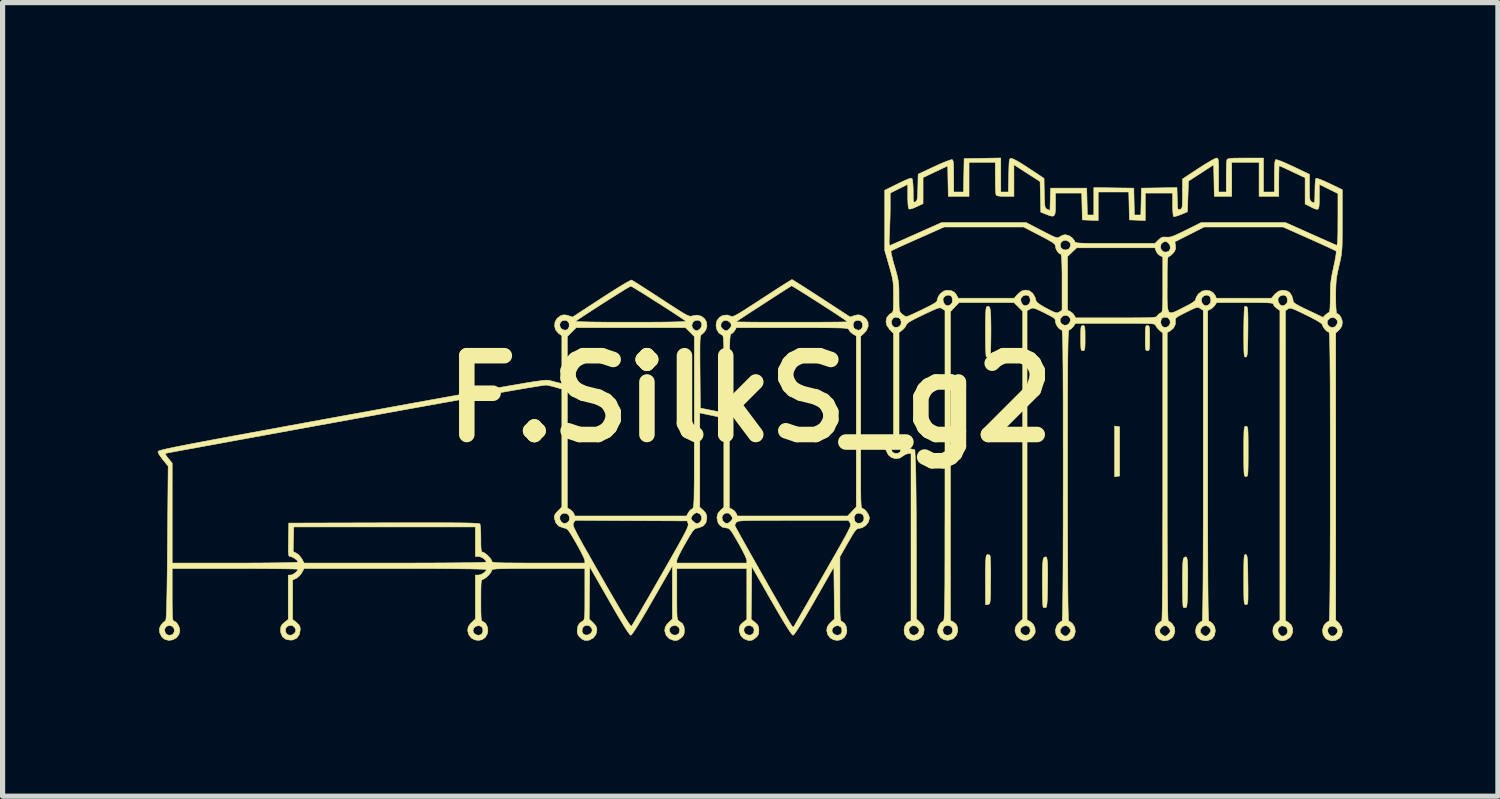
<source format=kicad_pcb>
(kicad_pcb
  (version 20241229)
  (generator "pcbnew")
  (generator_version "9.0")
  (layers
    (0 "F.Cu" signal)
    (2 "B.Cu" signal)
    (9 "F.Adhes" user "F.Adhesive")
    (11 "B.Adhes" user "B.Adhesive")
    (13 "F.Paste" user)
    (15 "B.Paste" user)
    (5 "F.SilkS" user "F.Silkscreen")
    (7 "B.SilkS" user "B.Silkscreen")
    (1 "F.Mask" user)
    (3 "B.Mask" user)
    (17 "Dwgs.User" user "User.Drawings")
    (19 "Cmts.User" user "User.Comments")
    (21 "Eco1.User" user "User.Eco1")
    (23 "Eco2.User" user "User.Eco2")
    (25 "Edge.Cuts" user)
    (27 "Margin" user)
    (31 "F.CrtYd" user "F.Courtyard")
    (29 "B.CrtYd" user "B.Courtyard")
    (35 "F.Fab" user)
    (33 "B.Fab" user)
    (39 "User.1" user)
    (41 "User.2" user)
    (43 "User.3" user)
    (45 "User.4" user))
  (footprint "F.SilkS_g2"
    (layer "F.Cu")
    (at 11.456 4.663)
    (property "Reference" "F.SilkS_g2" (at 0 0 0) (layer "F.SilkS") (effects (font (size 1.524 1.524) (thickness 0.3))))
    (attr through_hole)
    (fp_poly (pts (xy 7.096 0.533) (xy 7.144 0.54) (xy 7.144 1.492) (xy 7.048 1.506) (xy 7.048 0.526) (xy 7.096 0.533)) (stroke (width 0.01) (type solid)) (fill yes) (layer "F.SilkS"))
    (fp_poly (pts (xy 6.453 -1.416) (xy 6.465 -1.403) (xy 6.472 -1.373) (xy 6.476 -1.32) (xy 6.477 -1.234) (xy 6.477 -1.175) (xy 6.477 -1.07) (xy 6.474 -1.001) (xy 6.469 -0.959) (xy 6.46 -0.939) (xy 6.445 -0.932) (xy 6.435 -0.931) (xy 6.416 -0.934) (xy 6.404 -0.946) (xy 6.397 -0.976) (xy 6.394 -1.03) (xy 6.392 -1.115) (xy 6.392 -1.175) (xy 6.393 -1.279) (xy 6.395 -1.349) (xy 6.4 -1.39) (xy 6.409 -1.411) (xy 6.424 -1.418) (xy 6.435 -1.418) (xy 6.453 -1.416)) (stroke (width 0.01) (type solid)) (fill yes) (layer "F.SilkS"))
    (fp_poly (pts (xy 7.702 -1.416) (xy 7.714 -1.403) (xy 7.721 -1.373) (xy 7.725 -1.32) (xy 7.726 -1.234) (xy 7.726 -1.175) (xy 7.725 -1.07) (xy 7.723 -1.001) (xy 7.718 -0.959) (xy 7.709 -0.939) (xy 7.694 -0.932) (xy 7.684 -0.931) (xy 7.665 -0.934) (xy 7.653 -0.946) (xy 7.646 -0.976) (xy 7.642 -1.03) (xy 7.641 -1.115) (xy 7.641 -1.175) (xy 7.642 -1.279) (xy 7.644 -1.349) (xy 7.649 -1.39) (xy 7.658 -1.411) (xy 7.673 -1.418) (xy 7.684 -1.418) (xy 7.702 -1.416)) (stroke (width 0.01) (type solid)) (fill yes) (layer "F.SilkS"))
    (fp_poly (pts (xy 4.623 3.016) (xy 4.638 3.029) (xy 4.643 3.058) (xy 4.647 3.123) (xy 4.65 3.217) (xy 4.652 3.333) (xy 4.652 3.465) (xy 4.651 3.514) (xy 4.649 3.663) (xy 4.648 3.776) (xy 4.645 3.857) (xy 4.641 3.912) (xy 4.635 3.946) (xy 4.626 3.964) (xy 4.614 3.972) (xy 4.599 3.975) (xy 4.598 3.976) (xy 4.551 3.982) (xy 4.551 3.504) (xy 4.551 3.348) (xy 4.552 3.229) (xy 4.555 3.142) (xy 4.559 3.082) (xy 4.564 3.044) (xy 4.572 3.023) (xy 4.583 3.013) (xy 4.585 3.013) (xy 4.623 3.016)) (stroke (width 0.01) (type solid)) (fill yes) (layer "F.SilkS"))
    (fp_poly (pts (xy 5.736 3.075) (xy 5.745 3.118) (xy 5.751 3.188) (xy 5.754 3.289) (xy 5.754 3.426) (xy 5.752 3.557) (xy 5.75 3.713) (xy 5.748 3.831) (xy 5.744 3.917) (xy 5.739 3.976) (xy 5.733 4.013) (xy 5.724 4.032) (xy 5.714 4.038) (xy 5.676 4.035) (xy 5.666 4.029) (xy 5.662 4.005) (xy 5.658 3.944) (xy 5.655 3.854) (xy 5.653 3.74) (xy 5.652 3.61) (xy 5.652 3.555) (xy 5.652 3.393) (xy 5.654 3.269) (xy 5.658 3.179) (xy 5.664 3.119) (xy 5.671 3.085) (xy 5.679 3.073) (xy 5.703 3.057) (xy 5.722 3.056) (xy 5.736 3.075)) (stroke (width 0.01) (type solid)) (fill yes) (layer "F.SilkS"))
    (fp_poly (pts (xy 8.445 3.075) (xy 8.454 3.118) (xy 8.46 3.188) (xy 8.463 3.289) (xy 8.463 3.426) (xy 8.462 3.557) (xy 8.46 3.713) (xy 8.457 3.831) (xy 8.453 3.917) (xy 8.449 3.976) (xy 8.442 4.013) (xy 8.434 4.032) (xy 8.423 4.038) (xy 8.386 4.035) (xy 8.376 4.029) (xy 8.371 4.005) (xy 8.367 3.944) (xy 8.364 3.854) (xy 8.362 3.74) (xy 8.361 3.61) (xy 8.361 3.555) (xy 8.361 3.393) (xy 8.364 3.269) (xy 8.367 3.179) (xy 8.373 3.119) (xy 8.381 3.085) (xy 8.388 3.073) (xy 8.412 3.057) (xy 8.431 3.056) (xy 8.445 3.075)) (stroke (width 0.01) (type solid)) (fill yes) (layer "F.SilkS"))
    (fp_poly (pts (xy 4.623 -1.781) (xy 4.637 -1.754) (xy 4.646 -1.704) (xy 4.652 -1.626) (xy 4.655 -1.517) (xy 4.657 -1.372) (xy 4.657 -1.31) (xy 4.656 -1.176) (xy 4.654 -1.056) (xy 4.652 -0.955) (xy 4.649 -0.881) (xy 4.645 -0.842) (xy 4.644 -0.838) (xy 4.615 -0.808) (xy 4.576 -0.81) (xy 4.565 -0.818) (xy 4.561 -0.843) (xy 4.557 -0.903) (xy 4.554 -0.994) (xy 4.552 -1.107) (xy 4.551 -1.239) (xy 4.551 -1.303) (xy 4.551 -1.461) (xy 4.553 -1.582) (xy 4.556 -1.669) (xy 4.56 -1.729) (xy 4.567 -1.765) (xy 4.576 -1.782) (xy 4.58 -1.785) (xy 4.604 -1.79) (xy 4.623 -1.781)) (stroke (width 0.01) (type solid)) (fill yes) (layer "F.SilkS"))
    (fp_poly (pts (xy 9.606 -1.78) (xy 9.615 -1.764) (xy 9.621 -1.723) (xy 9.625 -1.654) (xy 9.627 -1.554) (xy 9.627 -1.419) (xy 9.626 -1.29) (xy 9.624 -1.136) (xy 9.621 -1.019) (xy 9.618 -0.934) (xy 9.614 -0.875) (xy 9.608 -0.839) (xy 9.6 -0.819) (xy 9.589 -0.81) (xy 9.583 -0.808) (xy 9.571 -0.809) (xy 9.562 -0.818) (xy 9.556 -0.841) (xy 9.551 -0.884) (xy 9.548 -0.95) (xy 9.547 -1.046) (xy 9.546 -1.175) (xy 9.546 -1.288) (xy 9.547 -1.428) (xy 9.549 -1.552) (xy 9.552 -1.656) (xy 9.556 -1.733) (xy 9.56 -1.778) (xy 9.563 -1.786) (xy 9.594 -1.786) (xy 9.606 -1.78)) (stroke (width 0.01) (type solid)) (fill yes) (layer "F.SilkS"))
    (fp_poly (pts (xy 9.583 3.01) (xy 9.595 3.015) (xy 9.604 3.03) (xy 9.611 3.058) (xy 9.616 3.106) (xy 9.62 3.178) (xy 9.623 3.28) (xy 9.625 3.417) (xy 9.626 3.498) (xy 9.628 3.653) (xy 9.628 3.77) (xy 9.628 3.855) (xy 9.625 3.913) (xy 9.621 3.95) (xy 9.614 3.97) (xy 9.603 3.978) (xy 9.59 3.979) (xy 9.589 3.979) (xy 9.575 3.978) (xy 9.565 3.97) (xy 9.557 3.951) (xy 9.552 3.916) (xy 9.549 3.859) (xy 9.547 3.776) (xy 9.546 3.661) (xy 9.546 3.509) (xy 9.546 3.491) (xy 9.546 3.335) (xy 9.547 3.216) (xy 9.549 3.13) (xy 9.552 3.071) (xy 9.557 3.034) (xy 9.565 3.015) (xy 9.574 3.009) (xy 9.583 3.01)) (stroke (width 0.01) (type solid)) (fill yes) (layer "F.SilkS"))
    (fp_poly (pts (xy 9.602 0.531) (xy 9.612 0.539) (xy 9.62 0.558) (xy 9.625 0.594) (xy 9.628 0.651) (xy 9.63 0.736) (xy 9.631 0.852) (xy 9.631 1.005) (xy 9.631 1.016) (xy 9.631 1.172) (xy 9.63 1.29) (xy 9.628 1.376) (xy 9.625 1.435) (xy 9.62 1.472) (xy 9.613 1.493) (xy 9.603 1.501) (xy 9.589 1.503) (xy 9.588 1.503) (xy 9.575 1.501) (xy 9.565 1.493) (xy 9.557 1.474) (xy 9.552 1.438) (xy 9.549 1.381) (xy 9.547 1.296) (xy 9.546 1.18) (xy 9.546 1.027) (xy 9.546 1.016) (xy 9.546 0.86) (xy 9.547 0.742) (xy 9.549 0.656) (xy 9.552 0.597) (xy 9.557 0.56) (xy 9.564 0.539) (xy 9.574 0.531) (xy 9.588 0.529) (xy 9.588 0.529) (xy 9.602 0.531)) (stroke (width 0.01) (type solid)) (fill yes) (layer "F.SilkS"))
    (fp_poly (pts (xy 4.847 -4) (xy 4.994 -4) (xy 5 -4.323) (xy 5.003 -4.447) (xy 5.006 -4.534) (xy 5.01 -4.592) (xy 5.017 -4.626) (xy 5.027 -4.644) (xy 5.042 -4.651) (xy 5.048 -4.652) (xy 5.081 -4.642) (xy 5.143 -4.611) (xy 5.228 -4.562) (xy 5.331 -4.497) (xy 5.387 -4.46) (xy 5.683 -4.264) (xy 5.689 -3.976) (xy 5.692 -3.861) (xy 5.695 -3.781) (xy 5.7 -3.729) (xy 5.709 -3.698) (xy 5.722 -3.68) (xy 5.741 -3.668) (xy 5.747 -3.666) (xy 5.798 -3.642) (xy 5.804 -3.858) (xy 5.81 -4.075) (xy 6.509 -4.075) (xy 6.515 -3.815) (xy 6.521 -3.556) (xy 6.646 -3.556) (xy 6.646 -4.086) (xy 7.033 -4.08) (xy 7.419 -4.075) (xy 7.425 -3.815) (xy 7.431 -3.556) (xy 7.555 -3.556) (xy 7.561 -3.815) (xy 7.567 -4.075) (xy 7.91 -4.08) (xy 8.254 -4.086) (xy 8.26 -3.866) (xy 8.263 -3.768) (xy 8.266 -3.705) (xy 8.273 -3.671) (xy 8.284 -3.658) (xy 8.301 -3.66) (xy 8.313 -3.664) (xy 8.332 -3.673) (xy 8.346 -3.688) (xy 8.354 -3.715) (xy 8.358 -3.763) (xy 8.36 -3.838) (xy 8.361 -3.947) (xy 8.361 -3.967) (xy 8.361 -4.252) (xy 8.669 -4.455) (xy 8.772 -4.521) (xy 8.865 -4.578) (xy 8.942 -4.622) (xy 8.996 -4.649) (xy 9.018 -4.657) (xy 9.034 -4.654) (xy 9.045 -4.644) (xy 9.052 -4.618) (xy 9.056 -4.571) (xy 9.059 -4.497) (xy 9.059 -4.39) (xy 9.059 -4.329) (xy 9.059 -4) (xy 9.207 -4) (xy 9.207 -4.295) (xy 9.208 -4.405) (xy 9.211 -4.501) (xy 9.214 -4.575) (xy 9.219 -4.618) (xy 9.22 -4.623) (xy 9.23 -4.636) (xy 9.254 -4.645) (xy 9.296 -4.651) (xy 9.363 -4.655) (xy 9.461 -4.656) (xy 9.58 -4.657) (xy 9.927 -4.657) (xy 9.927 -4) (xy 10.139 -4) (xy 10.139 -4.308) (xy 10.14 -4.435) (xy 10.143 -4.525) (xy 10.148 -4.584) (xy 10.157 -4.616) (xy 10.167 -4.627) (xy 10.195 -4.621) (xy 10.254 -4.601) (xy 10.336 -4.567) (xy 10.436 -4.522) (xy 10.506 -4.49) (xy 10.816 -4.342) (xy 10.816 -4.087) (xy 10.817 -3.979) (xy 10.819 -3.905) (xy 10.825 -3.858) (xy 10.835 -3.831) (xy 10.85 -3.815) (xy 10.857 -3.811) (xy 10.895 -3.793) (xy 10.91 -3.789) (xy 10.915 -3.809) (xy 10.919 -3.862) (xy 10.921 -3.941) (xy 10.922 -4.02) (xy 10.924 -4.123) (xy 10.929 -4.203) (xy 10.937 -4.253) (xy 10.944 -4.265) (xy 10.97 -4.262) (xy 11.026 -4.242) (xy 11.104 -4.21) (xy 11.196 -4.168) (xy 11.208 -4.162) (xy 11.451 -4.045) (xy 11.451 -3.442) (xy 11.451 -3.266) (xy 11.45 -3.126) (xy 11.449 -3.014) (xy 11.446 -2.925) (xy 11.44 -2.852) (xy 11.433 -2.787) (xy 11.422 -2.726) (xy 11.408 -2.659) (xy 11.39 -2.582) (xy 11.388 -2.572) (xy 11.362 -2.459) (xy 11.344 -2.365) (xy 11.333 -2.277) (xy 11.327 -2.181) (xy 11.324 -2.065) (xy 11.324 -1.978) (xy 11.325 -1.853) (xy 11.329 -1.755) (xy 11.335 -1.686) (xy 11.342 -1.653) (xy 11.345 -1.651) (xy 11.385 -1.632) (xy 11.421 -1.584) (xy 11.446 -1.521) (xy 11.451 -1.476) (xy 11.442 -1.407) (xy 11.407 -1.353) (xy 11.388 -1.333) (xy 11.324 -1.274) (xy 11.324 4.28) (xy 11.388 4.339) (xy 11.438 4.412) (xy 11.454 4.494) (xy 11.435 4.575) (xy 11.399 4.626) (xy 11.329 4.669) (xy 11.246 4.68) (xy 11.166 4.658) (xy 11.122 4.626) (xy 11.079 4.555) (xy 11.072 4.498) (xy 11.168 4.498) (xy 11.187 4.543) (xy 11.232 4.586) (xy 11.284 4.586) (xy 11.328 4.558) (xy 11.362 4.506) (xy 11.356 4.454) (xy 11.315 4.412) (xy 11.257 4.393) (xy 11.207 4.406) (xy 11.174 4.445) (xy 11.168 4.498) (xy 11.072 4.498) (xy 11.068 4.473) (xy 11.09 4.393) (xy 11.122 4.349) (xy 11.163 4.314) (xy 11.194 4.297) (xy 11.196 4.297) (xy 11.2 4.28) (xy 11.203 4.227) (xy 11.206 4.139) (xy 11.209 4.015) (xy 11.211 3.854) (xy 11.213 3.655) (xy 11.214 3.418) (xy 11.216 3.142) (xy 11.217 2.826) (xy 11.218 2.471) (xy 11.218 2.074) (xy 11.218 1.636) (xy 11.218 1.503) (xy 11.218 1.093) (xy 11.218 0.723) (xy 11.218 0.392) (xy 11.217 0.097) (xy 11.217 -0.163) (xy 11.216 -0.39) (xy 11.214 -0.587) (xy 11.213 -0.755) (xy 11.211 -0.896) (xy 11.209 -1.012) (xy 11.207 -1.105) (xy 11.205 -1.176) (xy 11.202 -1.229) (xy 11.198 -1.264) (xy 11.195 -1.284) (xy 11.191 -1.291) (xy 11.19 -1.291) (xy 11.153 -1.308) (xy 11.111 -1.349) (xy 11.077 -1.399) (xy 11.067 -1.429) (xy 11.052 -1.452) (xy 11.049 -1.455) (xy 11.16 -1.455) (xy 11.188 -1.409) (xy 11.243 -1.379) (xy 11.299 -1.389) (xy 11.333 -1.417) (xy 11.359 -1.469) (xy 11.352 -1.518) (xy 11.319 -1.557) (xy 11.271 -1.575) (xy 11.215 -1.562) (xy 11.206 -1.557) (xy 11.163 -1.509) (xy 11.16 -1.455) (xy 11.049 -1.455) (xy 11.011 -1.483) (xy 10.941 -1.525) (xy 10.838 -1.579) (xy 10.753 -1.621) (xy 10.638 -1.677) (xy 10.554 -1.716) (xy 10.496 -1.74) (xy 10.457 -1.752) (xy 10.431 -1.753) (xy 10.41 -1.745) (xy 10.399 -1.738) (xy 10.352 -1.704) (xy 10.351 4.29) (xy 10.401 4.317) (xy 10.463 4.371) (xy 10.493 4.443) (xy 10.49 4.523) (xy 10.453 4.598) (xy 10.437 4.616) (xy 10.363 4.665) (xy 10.285 4.679) (xy 10.212 4.661) (xy 10.152 4.615) (xy 10.115 4.544) (xy 10.108 4.487) (xy 10.112 4.452) (xy 10.207 4.452) (xy 10.209 4.506) (xy 10.237 4.554) (xy 10.276 4.587) (xy 10.315 4.588) (xy 10.352 4.571) (xy 10.386 4.532) (xy 10.394 4.479) (xy 10.375 4.428) (xy 10.343 4.4) (xy 10.281 4.389) (xy 10.234 4.41) (xy 10.207 4.452) (xy 10.112 4.452) (xy 10.115 4.421) (xy 10.141 4.372) (xy 10.176 4.337) (xy 10.245 4.276) (xy 10.245 -1.707) (xy 10.181 -1.753) (xy 10.139 -1.792) (xy 10.118 -1.827) (xy 10.118 -1.832) (xy 10.113 -1.841) (xy 10.094 -1.849) (xy 10.058 -1.854) (xy 10 -1.858) (xy 9.914 -1.861) (xy 9.798 -1.862) (xy 9.645 -1.863) (xy 9.57 -1.863) (xy 9.022 -1.863) (xy 8.987 -1.809) (xy 8.943 -1.761) (xy 8.899 -1.731) (xy 8.848 -1.708) (xy 8.848 1.295) (xy 8.848 1.762) (xy 8.848 2.187) (xy 8.849 2.571) (xy 8.85 2.915) (xy 8.851 3.219) (xy 8.852 3.484) (xy 8.854 3.711) (xy 8.856 3.899) (xy 8.858 4.051) (xy 8.861 4.165) (xy 8.864 4.244) (xy 8.867 4.287) (xy 8.87 4.297) (xy 8.899 4.311) (xy 8.939 4.344) (xy 8.944 4.349) (xy 8.983 4.406) (xy 8.996 4.481) (xy 8.996 4.487) (xy 8.979 4.577) (xy 8.93 4.641) (xy 8.853 4.674) (xy 8.805 4.678) (xy 8.715 4.661) (xy 8.652 4.612) (xy 8.619 4.535) (xy 8.615 4.487) (xy 8.617 4.469) (xy 8.704 4.469) (xy 8.71 4.522) (xy 8.747 4.56) (xy 8.793 4.588) (xy 8.827 4.586) (xy 8.866 4.554) (xy 8.869 4.551) (xy 8.905 4.502) (xy 8.904 4.459) (xy 8.876 4.42) (xy 8.825 4.385) (xy 8.771 4.393) (xy 8.738 4.417) (xy 8.704 4.469) (xy 8.617 4.469) (xy 8.626 4.411) (xy 8.663 4.353) (xy 8.667 4.349) (xy 8.708 4.314) (xy 8.739 4.297) (xy 8.741 4.297) (xy 8.744 4.28) (xy 8.747 4.227) (xy 8.75 4.14) (xy 8.753 4.016) (xy 8.755 3.855) (xy 8.757 3.657) (xy 8.759 3.421) (xy 8.76 3.147) (xy 8.761 2.832) (xy 8.762 2.478) (xy 8.763 2.084) (xy 8.763 1.648) (xy 8.763 1.294) (xy 8.763 -1.71) (xy 8.706 -1.747) (xy 8.681 -1.762) (xy 8.657 -1.769) (xy 8.626 -1.764) (xy 8.58 -1.747) (xy 8.511 -1.715) (xy 8.431 -1.675) (xy 8.336 -1.627) (xy 8.274 -1.593) (xy 8.239 -1.567) (xy 8.224 -1.546) (xy 8.223 -1.524) (xy 8.224 -1.518) (xy 8.223 -1.442) (xy 8.188 -1.37) (xy 8.128 -1.317) (xy 8.065 -1.281) (xy 8.065 1.508) (xy 8.065 1.958) (xy 8.065 2.366) (xy 8.066 2.733) (xy 8.067 3.059) (xy 8.068 3.346) (xy 8.07 3.594) (xy 8.071 3.803) (xy 8.074 3.974) (xy 8.076 4.109) (xy 8.079 4.207) (xy 8.082 4.269) (xy 8.086 4.296) (xy 8.087 4.297) (xy 8.115 4.311) (xy 8.156 4.344) (xy 8.161 4.349) (xy 8.205 4.42) (xy 8.214 4.502) (xy 8.188 4.582) (xy 8.157 4.622) (xy 8.084 4.668) (xy 8.002 4.679) (xy 7.923 4.656) (xy 7.884 4.626) (xy 7.841 4.555) (xy 7.83 4.473) (xy 7.831 4.469) (xy 7.92 4.469) (xy 7.927 4.522) (xy 7.963 4.56) (xy 8.01 4.588) (xy 8.044 4.586) (xy 8.083 4.554) (xy 8.086 4.551) (xy 8.12 4.511) (xy 8.123 4.477) (xy 8.097 4.432) (xy 8.095 4.429) (xy 8.049 4.388) (xy 7.996 4.389) (xy 7.955 4.417) (xy 7.92 4.469) (xy 7.831 4.469) (xy 7.852 4.393) (xy 7.884 4.349) (xy 7.925 4.314) (xy 7.956 4.297) (xy 7.958 4.297) (xy 7.961 4.28) (xy 7.965 4.227) (xy 7.967 4.139) (xy 7.97 4.015) (xy 7.972 3.854) (xy 7.974 3.655) (xy 7.976 3.418) (xy 7.977 3.142) (xy 7.978 2.826) (xy 7.979 2.47) (xy 7.98 2.074) (xy 7.98 1.636) (xy 7.98 1.512) (xy 7.98 -1.273) (xy 7.917 -1.325) (xy 7.873 -1.371) (xy 7.844 -1.414) (xy 7.842 -1.419) (xy 7.837 -1.43) (xy 7.827 -1.439) (xy 7.809 -1.446) (xy 7.777 -1.451) (xy 7.728 -1.455) (xy 7.658 -1.457) (xy 7.562 -1.459) (xy 7.437 -1.46) (xy 7.278 -1.46) (xy 7.081 -1.46) (xy 6.294 -1.46) (xy 6.248 -1.397) (xy 6.209 -1.355) (xy 6.174 -1.334) (xy 6.169 -1.333) (xy 6.165 -1.33) (xy 6.161 -1.317) (xy 6.157 -1.293) (xy 6.154 -1.255) (xy 6.151 -1.203) (xy 6.149 -1.133) (xy 6.147 -1.044) (xy 6.145 -0.933) (xy 6.143 -0.799) (xy 6.142 -0.64) (xy 6.141 -0.454) (xy 6.14 -0.237) (xy 6.139 0.01) (xy 6.139 0.292) (xy 6.139 0.609) (xy 6.138 0.963) (xy 6.138 1.358) (xy 6.138 1.482) (xy 6.138 1.934) (xy 6.139 2.344) (xy 6.14 2.713) (xy 6.141 3.041) (xy 6.142 3.33) (xy 6.143 3.58) (xy 6.145 3.792) (xy 6.147 3.965) (xy 6.15 4.102) (xy 6.153 4.202) (xy 6.156 4.266) (xy 6.159 4.295) (xy 6.16 4.297) (xy 6.189 4.311) (xy 6.23 4.344) (xy 6.235 4.349) (xy 6.278 4.419) (xy 6.288 4.502) (xy 6.266 4.582) (xy 6.235 4.626) (xy 6.164 4.669) (xy 6.081 4.68) (xy 6.001 4.658) (xy 5.957 4.626) (xy 5.914 4.555) (xy 5.904 4.473) (xy 5.905 4.469) (xy 5.994 4.469) (xy 6.001 4.522) (xy 6.037 4.56) (xy 6.084 4.588) (xy 6.117 4.586) (xy 6.157 4.554) (xy 6.16 4.551) (xy 6.196 4.502) (xy 6.194 4.459) (xy 6.167 4.42) (xy 6.116 4.385) (xy 6.062 4.393) (xy 6.029 4.417) (xy 5.994 4.469) (xy 5.905 4.469) (xy 5.926 4.393) (xy 5.957 4.349) (xy 5.998 4.314) (xy 6.029 4.297) (xy 6.032 4.297) (xy 6.035 4.28) (xy 6.038 4.227) (xy 6.041 4.139) (xy 6.044 4.015) (xy 6.046 3.854) (xy 6.048 3.655) (xy 6.05 3.418) (xy 6.051 3.142) (xy 6.052 2.827) (xy 6.053 2.472) (xy 6.053 2.075) (xy 6.054 1.637) (xy 6.054 1.482) (xy 6.054 1.07) (xy 6.053 0.699) (xy 6.053 0.366) (xy 6.053 0.069) (xy 6.052 -0.192) (xy 6.051 -0.421) (xy 6.05 -0.619) (xy 6.048 -0.788) (xy 6.047 -0.931) (xy 6.045 -1.048) (xy 6.043 -1.142) (xy 6.04 -1.215) (xy 6.037 -1.269) (xy 6.034 -1.305) (xy 6.03 -1.326) (xy 6.026 -1.333) (xy 6.026 -1.333) (xy 5.983 -1.352) (xy 5.942 -1.397) (xy 5.913 -1.454) (xy 5.905 -1.494) (xy 5.905 -1.497) (xy 5.995 -1.497) (xy 6.023 -1.451) (xy 6.078 -1.421) (xy 6.135 -1.431) (xy 6.169 -1.459) (xy 6.179 -1.48) (xy 7.938 -1.48) (xy 7.954 -1.42) (xy 7.994 -1.386) (xy 8.046 -1.381) (xy 8.096 -1.41) (xy 8.124 -1.463) (xy 8.118 -1.52) (xy 8.082 -1.564) (xy 8.06 -1.575) (xy 7.998 -1.58) (xy 7.955 -1.55) (xy 7.938 -1.488) (xy 7.938 -1.48) (xy 6.179 -1.48) (xy 6.194 -1.511) (xy 6.187 -1.561) (xy 6.155 -1.599) (xy 6.106 -1.617) (xy 6.051 -1.604) (xy 6.042 -1.599) (xy 5.999 -1.552) (xy 5.995 -1.497) (xy 5.905 -1.497) (xy 5.903 -1.522) (xy 5.891 -1.546) (xy 5.863 -1.571) (xy 5.812 -1.601) (xy 5.732 -1.642) (xy 5.689 -1.664) (xy 5.595 -1.71) (xy 5.53 -1.739) (xy 5.487 -1.753) (xy 5.457 -1.755) (xy 5.431 -1.747) (xy 5.413 -1.737) (xy 5.355 -1.704) (xy 5.355 1.285) (xy 5.355 4.275) (xy 5.417 4.307) (xy 5.474 4.358) (xy 5.508 4.43) (xy 5.513 4.508) (xy 5.506 4.534) (xy 5.475 4.585) (xy 5.428 4.633) (xy 5.426 4.635) (xy 5.353 4.669) (xy 5.277 4.668) (xy 5.207 4.637) (xy 5.153 4.58) (xy 5.125 4.503) (xy 5.123 4.485) (xy 5.223 4.485) (xy 5.242 4.529) (xy 5.281 4.561) (xy 5.331 4.573) (xy 5.381 4.557) (xy 5.393 4.547) (xy 5.416 4.498) (xy 5.412 4.442) (xy 5.388 4.404) (xy 5.336 4.385) (xy 5.279 4.398) (xy 5.236 4.435) (xy 5.223 4.485) (xy 5.123 4.485) (xy 5.122 4.473) (xy 5.131 4.414) (xy 5.163 4.362) (xy 5.196 4.327) (xy 5.271 4.257) (xy 5.271 -1.693) (xy 5.186 -1.778) (xy 5.101 -1.863) (xy 4.041 -1.863) (xy 3.957 -1.775) (xy 3.873 -1.686) (xy 3.873 4.287) (xy 3.921 4.308) (xy 3.98 4.354) (xy 4.011 4.42) (xy 4.014 4.496) (xy 3.99 4.569) (xy 3.939 4.628) (xy 3.915 4.644) (xy 3.828 4.67) (xy 3.746 4.658) (xy 3.678 4.611) (xy 3.633 4.535) (xy 3.628 4.517) (xy 3.628 4.477) (xy 3.725 4.477) (xy 3.737 4.525) (xy 3.751 4.547) (xy 3.792 4.568) (xy 3.821 4.572) (xy 3.869 4.561) (xy 3.89 4.547) (xy 3.912 4.505) (xy 3.916 4.477) (xy 3.904 4.428) (xy 3.89 4.407) (xy 3.849 4.386) (xy 3.821 4.381) (xy 3.772 4.393) (xy 3.751 4.407) (xy 3.73 4.448) (xy 3.725 4.477) (xy 3.628 4.477) (xy 3.628 4.457) (xy 3.649 4.39) (xy 3.683 4.334) (xy 3.725 4.303) (xy 3.726 4.303) (xy 3.732 4.301) (xy 3.737 4.296) (xy 3.742 4.287) (xy 3.746 4.272) (xy 3.75 4.248) (xy 3.753 4.213) (xy 3.756 4.166) (xy 3.758 4.103) (xy 3.76 4.024) (xy 3.762 3.927) (xy 3.763 3.808) (xy 3.765 3.666) (xy 3.766 3.499) (xy 3.766 3.305) (xy 3.767 3.082) (xy 3.767 2.827) (xy 3.767 2.54) (xy 3.768 2.217) (xy 3.768 1.856) (xy 3.768 1.456) (xy 3.768 1.291) (xy 3.768 -1.71) (xy 3.716 -1.743) (xy 3.696 -1.755) (xy 3.673 -1.76) (xy 3.643 -1.756) (xy 3.598 -1.741) (xy 3.533 -1.713) (xy 3.44 -1.67) (xy 3.347 -1.626) (xy 3.224 -1.567) (xy 3.135 -1.521) (xy 3.074 -1.485) (xy 3.038 -1.457) (xy 3.02 -1.434) (xy 3.018 -1.426) (xy 2.992 -1.38) (xy 2.948 -1.334) (xy 2.942 -1.33) (xy 2.879 -1.283) (xy 2.879 0.754) (xy 2.942 0.801) (xy 2.988 0.846) (xy 3.016 0.894) (xy 3.018 0.898) (xy 3.043 0.94) (xy 3.098 0.965) (xy 3.108 0.967) (xy 3.186 0.986) (xy 3.199 1.271) (xy 3.201 1.343) (xy 3.204 1.453) (xy 3.206 1.596) (xy 3.208 1.768) (xy 3.21 1.963) (xy 3.212 2.178) (xy 3.213 2.407) (xy 3.214 2.647) (xy 3.215 2.891) (xy 3.215 2.907) (xy 3.217 4.257) (xy 3.291 4.327) (xy 3.342 4.384) (xy 3.363 4.437) (xy 3.365 4.471) (xy 3.349 4.554) (xy 3.305 4.616) (xy 3.242 4.656) (xy 3.17 4.671) (xy 3.098 4.661) (xy 3.035 4.623) (xy 2.99 4.555) (xy 2.985 4.542) (xy 2.977 4.475) (xy 3.069 4.475) (xy 3.086 4.532) (xy 3.126 4.565) (xy 3.179 4.571) (xy 3.23 4.545) (xy 3.248 4.525) (xy 3.269 4.485) (xy 3.26 4.449) (xy 3.252 4.435) (xy 3.206 4.395) (xy 3.153 4.385) (xy 3.105 4.402) (xy 3.074 4.444) (xy 3.069 4.475) (xy 2.977 4.475) (xy 2.976 4.468) (xy 2.991 4.395) (xy 3.026 4.336) (xy 3.067 4.308) (xy 3.111 4.294) (xy 3.111 1.058) (xy 3.059 1.058) (xy 3.004 1.073) (xy 2.964 1.1) (xy 2.892 1.146) (xy 2.812 1.157) (xy 2.736 1.135) (xy 2.673 1.084) (xy 2.645 1.031) (xy 2.632 1) (xy 2.616 0.978) (xy 2.604 0.971) (xy 2.73 0.971) (xy 2.745 1.02) (xy 2.756 1.033) (xy 2.804 1.056) (xy 2.861 1.052) (xy 2.899 1.028) (xy 2.918 0.976) (xy 2.905 0.918) (xy 2.867 0.876) (xy 2.818 0.863) (xy 2.774 0.881) (xy 2.742 0.921) (xy 2.73 0.971) (xy 2.604 0.971) (xy 2.588 0.96) (xy 2.54 0.944) (xy 2.465 0.926) (xy 2.378 0.906) (xy 2.138 0.854) (xy 2.138 1.485) (xy 2.138 1.669) (xy 2.139 1.814) (xy 2.141 1.926) (xy 2.144 2.007) (xy 2.148 2.063) (xy 2.153 2.097) (xy 2.161 2.113) (xy 2.168 2.117) (xy 2.206 2.134) (xy 2.249 2.179) (xy 2.285 2.235) (xy 2.306 2.292) (xy 2.307 2.307) (xy 2.288 2.382) (xy 2.238 2.447) (xy 2.169 2.491) (xy 2.124 2.502) (xy 2.093 2.506) (xy 2.068 2.516) (xy 2.043 2.538) (xy 2.012 2.578) (xy 1.973 2.64) (xy 1.92 2.732) (xy 1.892 2.78) (xy 1.736 3.052) (xy 1.736 3.673) (xy 1.736 3.851) (xy 1.736 3.992) (xy 1.737 4.099) (xy 1.739 4.178) (xy 1.743 4.233) (xy 1.748 4.269) (xy 1.755 4.29) (xy 1.765 4.301) (xy 1.777 4.307) (xy 1.78 4.308) (xy 1.827 4.343) (xy 1.859 4.405) (xy 1.871 4.48) (xy 1.862 4.542) (xy 1.82 4.614) (xy 1.759 4.657) (xy 1.688 4.671) (xy 1.616 4.66) (xy 1.551 4.624) (xy 1.504 4.565) (xy 1.482 4.485) (xy 1.482 4.485) (xy 1.582 4.485) (xy 1.601 4.529) (xy 1.641 4.561) (xy 1.69 4.573) (xy 1.74 4.557) (xy 1.753 4.547) (xy 1.775 4.498) (xy 1.772 4.442) (xy 1.747 4.404) (xy 1.695 4.385) (xy 1.638 4.398) (xy 1.595 4.435) (xy 1.582 4.485) (xy 1.482 4.485) (xy 1.482 4.471) (xy 1.491 4.412) (xy 1.524 4.36) (xy 1.556 4.327) (xy 1.631 4.257) (xy 1.625 3.754) (xy 1.619 3.252) (xy 1.242 3.912) (xy 1.127 4.111) (xy 1.031 4.273) (xy 0.954 4.4) (xy 0.896 4.491) (xy 0.855 4.548) (xy 0.831 4.571) (xy 0.829 4.572) (xy 0.808 4.554) (xy 0.77 4.502) (xy 0.713 4.415) (xy 0.637 4.291) (xy 0.543 4.132) (xy 0.429 3.935) (xy 0.413 3.907) (xy 0.032 3.242) (xy 0.02 4.262) (xy 0.095 4.323) (xy 0.143 4.369) (xy 0.164 4.414) (xy 0.169 4.476) (xy 0.164 4.542) (xy 0.14 4.589) (xy 0.102 4.625) (xy 0.047 4.663) (xy -0.004 4.674) (xy -0.041 4.67) (xy -0.125 4.637) (xy -0.184 4.574) (xy -0.211 4.489) (xy -0.211 4.488) (xy -0.122 4.488) (xy -0.094 4.539) (xy -0.041 4.568) (xy 0.015 4.567) (xy 0.059 4.536) (xy 0.065 4.527) (xy 0.078 4.466) (xy 0.057 4.415) (xy 0.008 4.385) (xy -0.02 4.381) (xy -0.081 4.397) (xy -0.116 4.437) (xy -0.122 4.488) (xy -0.211 4.488) (xy -0.212 4.466) (xy -0.205 4.407) (xy -0.18 4.362) (xy -0.138 4.324) (xy -0.064 4.265) (xy -0.064 3.773) (xy -0.064 3.281) (xy -1.418 3.281) (xy -1.418 3.778) (xy -1.418 3.935) (xy -1.417 4.055) (xy -1.416 4.144) (xy -1.413 4.206) (xy -1.408 4.247) (xy -1.4 4.272) (xy -1.39 4.287) (xy -1.376 4.297) (xy -1.371 4.3) (xy -1.309 4.346) (xy -1.278 4.409) (xy -1.271 4.48) (xy -1.277 4.545) (xy -1.303 4.592) (xy -1.338 4.625) (xy -1.392 4.663) (xy -1.443 4.674) (xy -1.48 4.67) (xy -1.563 4.638) (xy -1.623 4.576) (xy -1.65 4.493) (xy -1.65 4.488) (xy -1.562 4.488) (xy -1.533 4.539) (xy -1.481 4.568) (xy -1.424 4.567) (xy -1.38 4.536) (xy -1.374 4.527) (xy -1.361 4.466) (xy -1.382 4.415) (xy -1.432 4.385) (xy -1.459 4.381) (xy -1.52 4.397) (xy -1.556 4.437) (xy -1.562 4.488) (xy -1.65 4.488) (xy -1.651 4.473) (xy -1.642 4.414) (xy -1.61 4.362) (xy -1.577 4.327) (xy -1.503 4.257) (xy -1.503 3.228) (xy -1.889 3.9) (xy -2.006 4.104) (xy -2.105 4.27) (xy -2.184 4.4) (xy -2.244 4.493) (xy -2.285 4.55) (xy -2.308 4.572) (xy -2.309 4.572) (xy -2.33 4.554) (xy -2.369 4.501) (xy -2.427 4.412) (xy -2.503 4.287) (xy -2.599 4.125) (xy -2.714 3.926) (xy -2.722 3.911) (xy -3.101 3.249) (xy -3.107 3.753) (xy -3.112 4.257) (xy -3.038 4.327) (xy -2.988 4.383) (xy -2.966 4.435) (xy -2.963 4.473) (xy -2.983 4.559) (xy -3.035 4.626) (xy -3.114 4.666) (xy -3.134 4.67) (xy -3.193 4.672) (xy -3.243 4.651) (xy -3.277 4.625) (xy -3.323 4.578) (xy -3.341 4.528) (xy -3.343 4.493) (xy -3.252 4.493) (xy -3.232 4.54) (xy -3.19 4.567) (xy -3.138 4.567) (xy -3.084 4.535) (xy -3.08 4.53) (xy -3.054 4.49) (xy -3.06 4.447) (xy -3.065 4.434) (xy -3.104 4.392) (xy -3.157 4.379) (xy -3.209 4.394) (xy -3.241 4.432) (xy -3.252 4.493) (xy -3.343 4.493) (xy -3.344 4.48) (xy -3.332 4.395) (xy -3.296 4.336) (xy -3.244 4.3) (xy -3.229 4.291) (xy -3.217 4.278) (xy -3.209 4.257) (xy -3.203 4.222) (xy -3.199 4.167) (xy -3.197 4.088) (xy -3.196 3.979) (xy -3.196 3.834) (xy -3.196 3.778) (xy -3.196 3.281) (xy -4.096 3.281) (xy -4.316 3.281) (xy -4.497 3.281) (xy -4.643 3.282) (xy -4.758 3.284) (xy -4.845 3.286) (xy -4.909 3.289) (xy -4.952 3.294) (xy -4.978 3.299) (xy -4.991 3.306) (xy -4.995 3.314) (xy -4.995 3.315) (xy -5.011 3.352) (xy -5.049 3.401) (xy -5.098 3.448) (xy -5.145 3.483) (xy -5.173 3.493) (xy -5.185 3.497) (xy -5.194 3.513) (xy -5.2 3.547) (xy -5.204 3.603) (xy -5.206 3.688) (xy -5.207 3.806) (xy -5.207 3.893) (xy -5.207 4.033) (xy -5.206 4.136) (xy -5.203 4.208) (xy -5.199 4.255) (xy -5.192 4.284) (xy -5.182 4.299) (xy -5.168 4.306) (xy -5.163 4.308) (xy -5.115 4.343) (xy -5.083 4.405) (xy -5.071 4.48) (xy -5.081 4.542) (xy -5.122 4.614) (xy -5.183 4.657) (xy -5.255 4.671) (xy -5.327 4.66) (xy -5.392 4.624) (xy -5.439 4.565) (xy -5.461 4.485) (xy -5.461 4.485) (xy -5.36 4.485) (xy -5.342 4.529) (xy -5.302 4.561) (xy -5.252 4.573) (xy -5.203 4.557) (xy -5.19 4.547) (xy -5.167 4.498) (xy -5.171 4.442) (xy -5.195 4.404) (xy -5.247 4.385) (xy -5.305 4.398) (xy -5.347 4.435) (xy -5.36 4.485) (xy -5.461 4.485) (xy -5.461 4.471) (xy -5.452 4.412) (xy -5.418 4.359) (xy -5.387 4.327) (xy -5.313 4.257) (xy -5.313 3.408) (xy -5.253 3.408) (xy -5.201 3.395) (xy -5.149 3.365) (xy -5.111 3.327) (xy -5.101 3.301) (xy -5.122 3.297) (xy -5.184 3.294) (xy -5.286 3.291) (xy -5.426 3.288) (xy -5.604 3.286) (xy -5.818 3.284) (xy -6.066 3.282) (xy -6.348 3.281) (xy -6.663 3.281) (xy -6.863 3.281) (xy -8.625 3.281) (xy -8.668 3.36) (xy -8.714 3.422) (xy -8.772 3.468) (xy -8.778 3.471) (xy -8.847 3.503) (xy -8.847 3.884) (xy -8.848 4.265) (xy -8.774 4.324) (xy -8.725 4.37) (xy -8.704 4.415) (xy -8.7 4.466) (xy -8.717 4.557) (xy -8.764 4.624) (xy -8.838 4.661) (xy -8.887 4.666) (xy -8.978 4.65) (xy -9.042 4.601) (xy -9.076 4.524) (xy -9.079 4.492) (xy -8.987 4.492) (xy -8.966 4.54) (xy -8.923 4.568) (xy -8.87 4.57) (xy -8.817 4.539) (xy -8.788 4.498) (xy -8.791 4.455) (xy -8.806 4.422) (xy -8.845 4.388) (xy -8.899 4.38) (xy -8.95 4.399) (xy -8.977 4.432) (xy -8.987 4.492) (xy -9.079 4.492) (xy -9.081 4.474) (xy -9.075 4.411) (xy -9.053 4.367) (xy -9.006 4.324) (xy -8.932 4.265) (xy -8.932 3.836) (xy -8.932 3.408) (xy -8.883 3.408) (xy -8.841 3.394) (xy -8.793 3.362) (xy -8.755 3.324) (xy -8.742 3.295) (xy -8.762 3.293) (xy -8.822 3.29) (xy -8.916 3.288) (xy -9.041 3.286) (xy -9.193 3.284) (xy -9.369 3.283) (xy -9.565 3.282) (xy -9.778 3.281) (xy -9.959 3.281) (xy -11.176 3.281) (xy -11.176 3.789) (xy -11.176 3.951) (xy -11.174 4.076) (xy -11.172 4.168) (xy -11.168 4.232) (xy -11.163 4.271) (xy -11.155 4.291) (xy -11.146 4.297) (xy -11.106 4.315) (xy -11.067 4.362) (xy -11.038 4.423) (xy -11.028 4.478) (xy -11.047 4.558) (xy -11.096 4.621) (xy -11.166 4.66) (xy -11.245 4.671) (xy -11.326 4.648) (xy -11.327 4.647) (xy -11.383 4.595) (xy -11.418 4.521) (xy -11.421 4.477) (xy -11.324 4.477) (xy -11.306 4.536) (xy -11.259 4.568) (xy -11.229 4.572) (xy -11.18 4.561) (xy -11.159 4.547) (xy -11.133 4.496) (xy -11.14 4.442) (xy -11.173 4.399) (xy -11.228 4.382) (xy -11.229 4.381) (xy -11.288 4.399) (xy -11.32 4.447) (xy -11.324 4.477) (xy -11.421 4.477) (xy -11.423 4.445) (xy -11.421 4.434) (xy -11.393 4.374) (xy -11.347 4.32) (xy -11.305 4.294) (xy -11.3 4.281) (xy -11.295 4.243) (xy -11.29 4.18) (xy -11.287 4.089) (xy -11.283 3.967) (xy -11.279 3.814) (xy -11.276 3.627) (xy -11.273 3.403) (xy -11.27 3.141) (xy -11.268 2.84) (xy -11.267 2.794) (xy -11.254 1.302) (xy -11.353 1.181) (xy -11.401 1.117) (xy -11.431 1.07) (xy -11.31 1.07) (xy -11.294 1.097) (xy -11.254 1.148) (xy -11.251 1.151) (xy -11.176 1.243) (xy -11.176 3.175) (xy -9.959 3.175) (xy -9.704 3.175) (xy -9.474 3.174) (xy -9.271 3.172) (xy -9.097 3.17) (xy -8.955 3.167) (xy -8.847 3.164) (xy -8.775 3.161) (xy -8.743 3.157) (xy -8.742 3.155) (xy -8.759 3.126) (xy -8.8 3.091) (xy -8.849 3.062) (xy -8.891 3.048) (xy -8.893 3.048) (xy -8.909 3.046) (xy -8.919 3.034) (xy -8.926 3.008) (xy -8.929 2.96) (xy -8.929 2.953) (xy -8.837 2.953) (xy -8.774 2.985) (xy -8.722 3.024) (xy -8.676 3.082) (xy -8.668 3.096) (xy -8.625 3.175) (xy -6.863 3.175) (xy -6.53 3.175) (xy -6.229 3.174) (xy -5.961 3.173) (xy -5.726 3.171) (xy -5.527 3.169) (xy -5.364 3.167) (xy -5.24 3.164) (xy -5.154 3.161) (xy -5.109 3.157) (xy -5.101 3.155) (xy -5.119 3.118) (xy -5.163 3.081) (xy -5.217 3.055) (xy -5.253 3.048) (xy -5.313 3.048) (xy -5.313 2.477) (xy -8.825 2.477) (xy -8.837 2.953) (xy -8.929 2.953) (xy -8.93 2.885) (xy -8.928 2.776) (xy -8.928 2.725) (xy -8.922 2.402) (xy -7.082 2.397) (xy -6.748 2.396) (xy -6.454 2.396) (xy -6.198 2.396) (xy -5.977 2.396) (xy -5.79 2.397) (xy -5.634 2.398) (xy -5.507 2.4) (xy -5.407 2.402) (xy -5.331 2.405) (xy -5.277 2.408) (xy -5.243 2.412) (xy -5.226 2.417) (xy -5.225 2.418) (xy -5.218 2.449) (xy -5.213 2.512) (xy -5.209 2.6) (xy -5.207 2.702) (xy -5.207 2.704) (xy -5.207 2.814) (xy -5.204 2.888) (xy -5.198 2.933) (xy -5.189 2.956) (xy -5.176 2.963) (xy -5.173 2.963) (xy -5.136 2.979) (xy -5.087 3.017) (xy -5.039 3.066) (xy -5.005 3.113) (xy -4.995 3.141) (xy -4.992 3.149) (xy -4.98 3.156) (xy -4.955 3.162) (xy -4.914 3.166) (xy -4.854 3.169) (xy -4.769 3.172) (xy -4.657 3.173) (xy -4.515 3.174) (xy -4.338 3.175) (xy -4.122 3.175) (xy -4.096 3.175) (xy -3.196 3.175) (xy -3.197 3.127) (xy -3.207 3.093) (xy -3.236 3.03) (xy -3.278 2.946) (xy -3.331 2.848) (xy -3.362 2.794) (xy -3.424 2.686) (xy -3.471 2.609) (xy -3.506 2.557) (xy -3.534 2.525) (xy -3.56 2.508) (xy -3.588 2.499) (xy -3.606 2.496) (xy -3.695 2.464) (xy -3.733 2.425) (xy -3.423 2.425) (xy -3.421 2.446) (xy -3.412 2.475) (xy -3.394 2.515) (xy -3.367 2.571) (xy -3.328 2.645) (xy -3.277 2.739) (xy -3.211 2.857) (xy -3.128 3.002) (xy -3.029 3.178) (xy -2.91 3.386) (xy -2.882 3.434) (xy -2.751 3.663) (xy -2.638 3.857) (xy -2.544 4.018) (xy -2.467 4.148) (xy -2.406 4.248) (xy -2.359 4.321) (xy -2.325 4.368) (xy -2.304 4.393) (xy -2.294 4.396) (xy -2.279 4.373) (xy -2.245 4.317) (xy -2.195 4.231) (xy -2.129 4.12) (xy -2.051 3.985) (xy -1.962 3.832) (xy -1.865 3.663) (xy -1.761 3.482) (xy -1.725 3.42) (xy -1.603 3.206) (xy -1.558 3.127) (xy -1.418 3.127) (xy -1.418 3.175) (xy -0.064 3.175) (xy -0.064 3.124) (xy -0.074 3.089) (xy -0.102 3.025) (xy -0.144 2.94) (xy -0.197 2.841) (xy -0.228 2.787) (xy -0.291 2.677) (xy -0.338 2.599) (xy -0.373 2.548) (xy -0.4 2.518) (xy -0.423 2.503) (xy -0.447 2.499) (xy -0.451 2.498) (xy -0.538 2.481) (xy -0.578 2.448) (xy -0.296 2.448) (xy -0.286 2.469) (xy -0.257 2.523) (xy -0.212 2.605) (xy -0.153 2.711) (xy -0.082 2.837) (xy -0.003 2.979) (xy 0.084 3.133) (xy 0.175 3.294) (xy 0.268 3.458) (xy 0.361 3.622) (xy 0.451 3.78) (xy 0.537 3.929) (xy 0.614 4.065) (xy 0.682 4.182) (xy 0.738 4.279) (xy 0.78 4.348) (xy 0.799 4.379) (xy 0.824 4.412) (xy 0.841 4.41) (xy 0.848 4.4) (xy 0.862 4.376) (xy 0.894 4.319) (xy 0.944 4.232) (xy 1.008 4.119) (xy 1.086 3.984) (xy 1.174 3.83) (xy 1.272 3.66) (xy 1.376 3.479) (xy 1.416 3.409) (xy 1.537 3.197) (xy 1.639 3.019) (xy 1.724 2.87) (xy 1.791 2.75) (xy 1.845 2.653) (xy 1.884 2.578) (xy 1.912 2.521) (xy 1.931 2.48) (xy 1.94 2.45) (xy 1.943 2.429) (xy 1.94 2.414) (xy 1.934 2.401) (xy 1.933 2.4) (xy 1.9 2.349) (xy 0.831 2.349) (xy 0.59 2.35) (xy 0.387 2.35) (xy 0.22 2.351) (xy 0.085 2.352) (xy -0.021 2.353) (xy -0.103 2.356) (xy -0.164 2.359) (xy -0.207 2.363) (xy -0.236 2.369) (xy -0.253 2.375) (xy -0.264 2.383) (xy -0.267 2.387) (xy -0.29 2.427) (xy -0.296 2.448) (xy -0.578 2.448) (xy -0.599 2.43) (xy -0.624 2.385) (xy -0.643 2.294) (xy -0.642 2.291) (xy -0.545 2.291) (xy -0.534 2.348) (xy -0.518 2.372) (xy -0.47 2.408) (xy -0.424 2.404) (xy -0.381 2.371) (xy -0.347 2.329) (xy -0.345 2.307) (xy 2.011 2.307) (xy 2.027 2.37) (xy 2.069 2.404) (xy 2.129 2.404) (xy 2.16 2.391) (xy 2.195 2.352) (xy 2.202 2.299) (xy 2.184 2.247) (xy 2.151 2.22) (xy 2.088 2.209) (xy 2.038 2.233) (xy 2.012 2.286) (xy 2.011 2.307) (xy -0.345 2.307) (xy -0.344 2.293) (xy -0.374 2.248) (xy -0.377 2.243) (xy -0.418 2.209) (xy -0.468 2.208) (xy -0.472 2.209) (xy -0.523 2.24) (xy -0.545 2.291) (xy -0.642 2.291) (xy -0.621 2.211) (xy -0.569 2.15) (xy -0.508 2.098) (xy -0.508 0.432) (xy -0.402 0.432) (xy -0.402 2.11) (xy -0.349 2.134) (xy -0.299 2.172) (xy -0.271 2.212) (xy -0.247 2.265) (xy 1.886 2.265) (xy 2.053 2.089) (xy 2.053 0.436) (xy 2.053 -1.217) (xy 1.988 -1.254) (xy 1.94 -1.291) (xy 1.912 -1.33) (xy 1.911 -1.334) (xy 1.908 -1.343) (xy 1.9 -1.351) (xy 1.886 -1.357) (xy 1.861 -1.363) (xy 1.821 -1.367) (xy 1.765 -1.37) (xy 1.687 -1.372) (xy 1.584 -1.374) (xy 1.454 -1.375) (xy 1.292 -1.376) (xy 1.095 -1.376) (xy 0.86 -1.376) (xy -0.268 -1.376) (xy -0.296 -1.323) (xy -0.33 -1.28) (xy -0.363 -1.258) (xy -0.37 -1.255) (xy -0.377 -1.247) (xy -0.382 -1.232) (xy -0.386 -1.207) (xy -0.39 -1.17) (xy -0.393 -1.117) (xy -0.396 -1.046) (xy -0.398 -0.955) (xy -0.399 -0.839) (xy -0.401 -0.698) (xy -0.401 -0.527) (xy -0.402 -0.324) (xy -0.402 -0.087) (xy -0.402 0.187) (xy -0.402 0.432) (xy -0.508 0.432) (xy -0.508 0.369) (xy -0.693 0.331) (xy -0.783 0.312) (xy -0.861 0.296) (xy -0.915 0.284) (xy -0.926 0.282) (xy -0.974 0.271) (xy -0.974 2.096) (xy -0.905 2.157) (xy -0.859 2.208) (xy -0.84 2.26) (xy -0.837 2.305) (xy -0.854 2.393) (xy -0.905 2.456) (xy -0.988 2.492) (xy -1.008 2.496) (xy -1.04 2.502) (xy -1.066 2.514) (xy -1.092 2.537) (xy -1.123 2.577) (xy -1.163 2.639) (xy -1.216 2.729) (xy -1.253 2.794) (xy -1.311 2.896) (xy -1.359 2.988) (xy -1.395 3.063) (xy -1.415 3.113) (xy -1.418 3.127) (xy -1.558 3.127) (xy -1.5 3.025) (xy -1.415 2.875) (xy -1.347 2.753) (xy -1.294 2.655) (xy -1.254 2.579) (xy -1.226 2.521) (xy -1.208 2.478) (xy -1.199 2.448) (xy -1.197 2.427) (xy -1.199 2.414) (xy -1.218 2.36) (xy -2.3 2.355) (xy -3.382 2.349) (xy -3.414 2.398) (xy -3.42 2.411) (xy -3.423 2.425) (xy -3.733 2.425) (xy -3.754 2.403) (xy -3.78 2.327) (xy -3.681 2.327) (xy -3.65 2.38) (xy -3.609 2.409) (xy -3.566 2.406) (xy -3.533 2.391) (xy -3.499 2.352) (xy -3.493 2.312) (xy -1.143 2.312) (xy -1.127 2.343) (xy -1.09 2.379) (xy -1.05 2.407) (xy -1.028 2.413) (xy -0.99 2.399) (xy -0.965 2.38) (xy -0.937 2.327) (xy -0.941 2.271) (xy -0.973 2.224) (xy -1.027 2.202) (xy -1.037 2.201) (xy -1.076 2.218) (xy -1.116 2.256) (xy -1.141 2.299) (xy -1.143 2.312) (xy -3.493 2.312) (xy -3.491 2.299) (xy -3.51 2.247) (xy -3.543 2.22) (xy -3.603 2.21) (xy -3.651 2.231) (xy -3.679 2.274) (xy -3.681 2.327) (xy -3.78 2.327) (xy -3.782 2.322) (xy -3.786 2.272) (xy -3.773 2.232) (xy -3.737 2.188) (xy -3.717 2.168) (xy -3.641 2.091) (xy -3.641 0.951) (xy -3.641 -0.189) (xy -3.752 -0.222) (xy -3.831 -0.243) (xy -3.907 -0.261) (xy -3.937 -0.266) (xy -3.969 -0.264) (xy -4.041 -0.254) (xy -4.154 -0.236) (xy -4.308 -0.211) (xy -4.501 -0.178) (xy -4.734 -0.138) (xy -5.005 -0.091) (xy -5.315 -0.036) (xy -5.662 0.026) (xy -6.047 0.095) (xy -6.469 0.171) (xy -6.927 0.254) (xy -7.421 0.344) (xy -7.62 0.38) (xy -8.005 0.45) (xy -8.379 0.518) (xy -8.741 0.584) (xy -9.087 0.647) (xy -9.416 0.707) (xy -9.725 0.764) (xy -10.012 0.816) (xy -10.276 0.865) (xy -10.514 0.908) (xy -10.723 0.947) (xy -10.903 0.979) (xy -11.05 1.006) (xy -11.162 1.027) (xy -11.238 1.041) (xy -11.274 1.048) (xy -11.277 1.049) (xy -11.304 1.056) (xy -11.31 1.07) (xy -11.431 1.07) (xy -11.436 1.061) (xy -11.451 1.023) (xy -11.451 1.022) (xy -11.449 1.016) (xy -11.439 1.01) (xy -11.422 1.003) (xy -11.395 0.994) (xy -11.356 0.984) (xy -11.303 0.971) (xy -11.235 0.956) (xy -11.15 0.938) (xy -11.047 0.917) (xy -10.922 0.893) (xy -10.776 0.864) (xy -10.605 0.832) (xy -10.409 0.795) (xy -10.185 0.753) (xy -9.931 0.706) (xy -9.646 0.654) (xy -9.329 0.596) (xy -8.977 0.531) (xy -8.588 0.46) (xy -8.161 0.382) (xy -7.71 0.3) (xy -7.247 0.216) (xy -6.824 0.138) (xy -6.438 0.068) (xy -6.089 0.005) (xy -5.774 -0.052) (xy -5.492 -0.103) (xy -5.24 -0.149) (xy -5.017 -0.189) (xy -4.821 -0.224) (xy -4.649 -0.254) (xy -4.501 -0.279) (xy -4.375 -0.301) (xy -4.268 -0.319) (xy -4.178 -0.333) (xy -4.104 -0.343) (xy -4.045 -0.351) (xy -3.997 -0.357) (xy -3.96 -0.36) (xy -3.931 -0.361) (xy -3.908 -0.36) (xy -3.891 -0.359) (xy -3.876 -0.356) (xy -3.863 -0.352) (xy -3.789 -0.332) (xy -3.722 -0.314) (xy -3.699 -0.309) (xy -3.641 -0.296) (xy -3.641 -0.758) (xy -3.641 -1.206) (xy -3.535 -1.206) (xy -3.535 2.11) (xy -3.484 2.137) (xy -3.436 2.177) (xy -3.411 2.214) (xy -3.388 2.265) (xy -1.229 2.265) (xy -1.197 2.203) (xy -1.162 2.155) (xy -1.122 2.127) (xy -1.122 2.127) (xy -1.114 2.124) (xy -1.107 2.118) (xy -1.102 2.107) (xy -1.097 2.087) (xy -1.093 2.055) (xy -1.089 2.01) (xy -1.086 1.948) (xy -1.084 1.867) (xy -1.083 1.763) (xy -1.081 1.634) (xy -1.08 1.477) (xy -1.08 1.29) (xy -1.08 1.069) (xy -1.08 0.812) (xy -1.079 0.516) (xy -1.079 -1.206) (xy -1.249 -1.376) (xy -3.365 -1.376) (xy -3.45 -1.291) (xy -3.535 -1.206) (xy -3.641 -1.206) (xy -3.641 -1.22) (xy -3.703 -1.266) (xy -3.759 -1.33) (xy -3.782 -1.407) (xy -3.779 -1.428) (xy -3.683 -1.428) (xy -3.668 -1.376) (xy -3.639 -1.348) (xy -3.581 -1.326) (xy -3.531 -1.341) (xy -3.501 -1.389) (xy -3.5 -1.392) (xy -3.5 -1.42) (xy -1.129 -1.42) (xy -1.108 -1.364) (xy -1.083 -1.339) (xy -1.05 -1.317) (xy -1.022 -1.318) (xy -0.979 -1.345) (xy -0.978 -1.345) (xy -0.941 -1.392) (xy -0.933 -1.449) (xy -0.957 -1.499) (xy -1.007 -1.522) (xy -1.064 -1.515) (xy -1.108 -1.479) (xy -1.129 -1.42) (xy -3.5 -1.42) (xy -3.5 -1.458) (xy -3.529 -1.5) (xy -3.375 -1.5) (xy -3.358 -1.496) (xy -3.303 -1.493) (xy -3.214 -1.49) (xy -3.093 -1.487) (xy -2.946 -1.485) (xy -2.776 -1.483) (xy -2.586 -1.482) (xy -2.381 -1.482) (xy -2.307 -1.482) (xy -2.098 -1.482) (xy -1.902 -1.483) (xy -1.725 -1.484) (xy -1.569 -1.486) (xy -1.439 -1.489) (xy -1.338 -1.492) (xy -1.271 -1.495) (xy -1.24 -1.498) (xy -1.239 -1.499) (xy -1.27 -1.522) (xy -1.328 -1.562) (xy -1.411 -1.617) (xy -1.51 -1.682) (xy -1.622 -1.754) (xy -1.741 -1.831) (xy -1.862 -1.907) (xy -1.978 -1.981) (xy -2.085 -2.048) (xy -2.177 -2.104) (xy -2.248 -2.148) (xy -2.294 -2.174) (xy -2.308 -2.18) (xy -2.33 -2.169) (xy -2.382 -2.139) (xy -2.459 -2.092) (xy -2.555 -2.032) (xy -2.665 -1.963) (xy -2.782 -1.889) (xy -2.903 -1.812) (xy -3.02 -1.736) (xy -3.13 -1.665) (xy -3.226 -1.602) (xy -3.303 -1.551) (xy -3.355 -1.515) (xy -3.375 -1.5) (xy -3.529 -1.5) (xy -3.533 -1.504) (xy -3.575 -1.52) (xy -3.632 -1.512) (xy -3.67 -1.477) (xy -3.683 -1.428) (xy -3.779 -1.428) (xy -3.773 -1.487) (xy -3.733 -1.557) (xy -3.665 -1.607) (xy -3.662 -1.609) (xy -3.606 -1.625) (xy -3.55 -1.619) (xy -3.515 -1.609) (xy -3.433 -1.582) (xy -2.877 -1.945) (xy -2.739 -2.034) (xy -2.612 -2.115) (xy -2.5 -2.184) (xy -2.408 -2.239) (xy -2.339 -2.277) (xy -2.3 -2.296) (xy -2.292 -2.298) (xy -2.268 -2.284) (xy -2.213 -2.25) (xy -2.131 -2.198) (xy -2.028 -2.132) (xy -1.908 -2.055) (xy -1.776 -1.969) (xy -1.722 -1.934) (xy -1.569 -1.834) (xy -1.448 -1.756) (xy -1.354 -1.696) (xy -1.282 -1.652) (xy -1.229 -1.623) (xy -1.191 -1.606) (xy -1.163 -1.598) (xy -1.141 -1.598) (xy -1.12 -1.603) (xy -1.109 -1.607) (xy -1.023 -1.619) (xy -0.945 -1.599) (xy -0.883 -1.552) (xy -0.844 -1.486) (xy -0.835 -1.409) (xy -0.856 -1.336) (xy -0.892 -1.284) (xy -0.931 -1.249) (xy -0.932 -1.249) (xy -0.943 -1.241) (xy -0.953 -1.229) (xy -0.96 -1.209) (xy -0.965 -1.176) (xy -0.968 -1.126) (xy -0.97 -1.053) (xy -0.971 -0.955) (xy -0.971 -0.826) (xy -0.97 -0.663) (xy -0.969 -0.524) (xy -0.963 0.178) (xy -0.736 0.224) (xy -0.508 0.269) (xy -0.508 -0.478) (xy -0.508 -0.675) (xy -0.508 -0.835) (xy -0.509 -0.96) (xy -0.511 -1.055) (xy -0.514 -1.125) (xy -0.517 -1.174) (xy -0.523 -1.205) (xy -0.53 -1.224) (xy -0.539 -1.233) (xy -0.55 -1.238) (xy -0.551 -1.238) (xy -0.606 -1.276) (xy -0.645 -1.343) (xy -0.655 -1.395) (xy -0.565 -1.395) (xy -0.534 -1.354) (xy -0.53 -1.351) (xy -0.483 -1.319) (xy -0.447 -1.319) (xy -0.406 -1.351) (xy -0.402 -1.355) (xy -0.365 -1.406) (xy -0.367 -1.428) (xy 1.99 -1.428) (xy 2.005 -1.376) (xy 2.033 -1.348) (xy 2.091 -1.326) (xy 2.141 -1.341) (xy 2.172 -1.389) (xy 2.173 -1.392) (xy 2.173 -1.458) (xy 2.14 -1.504) (xy 2.097 -1.52) (xy 2.04 -1.512) (xy 2.003 -1.477) (xy 1.99 -1.428) (xy -0.367 -1.428) (xy -0.369 -1.452) (xy -0.4 -1.49) (xy -0.273 -1.49) (xy -0.255 -1.488) (xy -0.197 -1.487) (xy -0.106 -1.486) (xy 0.016 -1.484) (xy 0.165 -1.483) (xy 0.337 -1.482) (xy 0.527 -1.482) (xy 0.733 -1.482) (xy 0.801 -1.482) (xy 1.01 -1.482) (xy 1.207 -1.482) (xy 1.386 -1.483) (xy 1.543 -1.484) (xy 1.676 -1.485) (xy 1.779 -1.487) (xy 1.849 -1.488) (xy 1.882 -1.49) (xy 1.884 -1.49) (xy 1.867 -1.504) (xy 1.819 -1.538) (xy 1.746 -1.587) (xy 1.654 -1.648) (xy 1.547 -1.718) (xy 1.43 -1.793) (xy 1.31 -1.871) (xy 1.191 -1.946) (xy 1.079 -2.018) (xy 0.979 -2.08) (xy 0.897 -2.131) (xy 0.837 -2.167) (xy 0.805 -2.185) (xy 0.801 -2.186) (xy 0.781 -2.174) (xy 0.731 -2.142) (xy 0.656 -2.094) (xy 0.561 -2.034) (xy 0.453 -1.964) (xy 0.336 -1.888) (xy 0.216 -1.81) (xy 0.098 -1.734) (xy -0.013 -1.662) (xy -0.111 -1.598) (xy -0.19 -1.546) (xy -0.245 -1.509) (xy -0.272 -1.491) (xy -0.273 -1.49) (xy -0.4 -1.49) (xy -0.401 -1.491) (xy -0.456 -1.518) (xy -0.512 -1.511) (xy -0.553 -1.472) (xy -0.564 -1.446) (xy -0.565 -1.395) (xy -0.655 -1.395) (xy -0.66 -1.426) (xy -0.66 -1.43) (xy -0.642 -1.512) (xy -0.594 -1.575) (xy -0.525 -1.614) (xy -0.446 -1.622) (xy -0.386 -1.604) (xy -0.369 -1.596) (xy -0.35 -1.593) (xy -0.327 -1.597) (xy -0.294 -1.61) (xy -0.248 -1.634) (xy -0.185 -1.671) (xy -0.1 -1.724) (xy 0.009 -1.795) (xy 0.148 -1.885) (xy 0.233 -1.94) (xy 0.371 -2.03) (xy 0.497 -2.112) (xy 0.608 -2.183) (xy 0.698 -2.24) (xy 0.765 -2.281) (xy 0.802 -2.304) (xy 0.809 -2.307) (xy 0.829 -2.296) (xy 0.881 -2.264) (xy 0.959 -2.215) (xy 1.06 -2.151) (xy 1.179 -2.075) (xy 1.311 -1.989) (xy 1.379 -1.945) (xy 1.934 -1.583) (xy 2.015 -1.61) (xy 2.077 -1.625) (xy 2.126 -1.62) (xy 2.171 -1.602) (xy 2.243 -1.548) (xy 2.28 -1.477) (xy 2.282 -1.398) (xy 2.246 -1.318) (xy 2.212 -1.279) (xy 2.138 -1.209) (xy 2.138 0.755) (xy 2.631 0.864) (xy 2.702 0.808) (xy 2.773 0.751) (xy 2.773 -0.257) (xy 2.773 -1.266) (xy 2.699 -1.34) (xy 2.645 -1.417) (xy 2.63 -1.482) (xy 2.731 -1.482) (xy 2.747 -1.419) (xy 2.789 -1.385) (xy 2.849 -1.385) (xy 2.88 -1.398) (xy 2.915 -1.437) (xy 2.922 -1.49) (xy 2.904 -1.541) (xy 2.871 -1.569) (xy 2.807 -1.58) (xy 2.758 -1.556) (xy 2.732 -1.502) (xy 2.731 -1.482) (xy 2.63 -1.482) (xy 2.627 -1.497) (xy 2.644 -1.573) (xy 2.695 -1.635) (xy 2.722 -1.652) (xy 2.742 -1.664) (xy 2.756 -1.681) (xy 2.765 -1.708) (xy 2.77 -1.754) (xy 2.772 -1.825) (xy 2.773 -1.929) (xy 2.773 -1.977) (xy 2.772 -2.098) (xy 2.769 -2.191) (xy 2.762 -2.27) (xy 2.748 -2.347) (xy 2.726 -2.437) (xy 2.694 -2.552) (xy 2.688 -2.572) (xy 2.606 -2.86) (xy 2.725 -2.86) (xy 2.725 -2.835) (xy 2.736 -2.778) (xy 2.756 -2.696) (xy 2.783 -2.596) (xy 2.794 -2.56) (xy 2.828 -2.443) (xy 2.851 -2.352) (xy 2.866 -2.275) (xy 2.874 -2.197) (xy 2.878 -2.106) (xy 2.878 -1.986) (xy 2.878 -1.983) (xy 2.879 -1.867) (xy 2.88 -1.785) (xy 2.885 -1.73) (xy 2.893 -1.695) (xy 2.906 -1.67) (xy 2.926 -1.65) (xy 2.937 -1.64) (xy 2.982 -1.606) (xy 3.016 -1.589) (xy 3.019 -1.588) (xy 3.046 -1.597) (xy 3.103 -1.621) (xy 3.184 -1.657) (xy 3.281 -1.703) (xy 3.331 -1.727) (xy 3.444 -1.783) (xy 3.523 -1.824) (xy 3.574 -1.855) (xy 3.604 -1.88) (xy 3.617 -1.901) (xy 3.619 -1.918) (xy 3.621 -1.923) (xy 3.729 -1.923) (xy 3.738 -1.87) (xy 3.767 -1.823) (xy 3.806 -1.8) (xy 3.813 -1.799) (xy 3.847 -1.808) (xy 3.875 -1.821) (xy 3.906 -1.859) (xy 3.915 -1.914) (xy 3.913 -1.923) (xy 5.232 -1.923) (xy 5.241 -1.87) (xy 5.27 -1.823) (xy 5.309 -1.8) (xy 5.316 -1.799) (xy 5.35 -1.808) (xy 5.378 -1.821) (xy 5.409 -1.859) (xy 5.418 -1.914) (xy 5.404 -1.968) (xy 5.386 -1.991) (xy 5.337 -2.008) (xy 5.284 -1.994) (xy 5.244 -1.957) (xy 5.232 -1.923) (xy 3.913 -1.923) (xy 3.901 -1.968) (xy 3.883 -1.991) (xy 3.834 -2.008) (xy 3.781 -1.994) (xy 3.741 -1.957) (xy 3.729 -1.923) (xy 3.621 -1.923) (xy 3.638 -1.979) (xy 3.683 -2.039) (xy 3.744 -2.083) (xy 3.8 -2.1) (xy 3.893 -2.091) (xy 3.957 -2.055) (xy 3.991 -2.009) (xy 4.023 -1.947) (xy 5.107 -1.947) (xy 5.173 -2.023) (xy 5.247 -2.083) (xy 5.325 -2.104) (xy 5.399 -2.09) (xy 5.463 -2.043) (xy 5.51 -1.964) (xy 5.529 -1.895) (xy 5.551 -1.863) (xy 5.61 -1.82) (xy 5.707 -1.763) (xy 5.732 -1.75) (xy 5.82 -1.704) (xy 5.88 -1.676) (xy 5.919 -1.664) (xy 5.946 -1.664) (xy 5.97 -1.675) (xy 5.98 -1.681) (xy 6.032 -1.715) (xy 6.032 -2.255) (xy 6.032 -2.424) (xy 6.029 -2.566) (xy 6.026 -2.676) (xy 6.021 -2.752) (xy 6.021 -2.753) (xy 6.138 -2.753) (xy 6.138 -1.714) (xy 6.189 -1.691) (xy 6.238 -1.654) (xy 6.267 -1.617) (xy 6.294 -1.566) (xy 7.072 -1.566) (xy 7.275 -1.566) (xy 7.439 -1.567) (xy 7.569 -1.568) (xy 7.669 -1.569) (xy 7.743 -1.572) (xy 7.796 -1.576) (xy 7.831 -1.581) (xy 7.853 -1.587) (xy 7.865 -1.596) (xy 7.873 -1.606) (xy 7.873 -1.607) (xy 7.91 -1.647) (xy 7.937 -1.662) (xy 7.95 -1.667) (xy 7.96 -1.679) (xy 7.968 -1.7) (xy 7.973 -1.737) (xy 7.977 -1.795) (xy 7.979 -1.878) (xy 7.98 -1.991) (xy 7.98 -2.037) (xy 8.064 -2.037) (xy 8.065 -1.898) (xy 8.069 -1.795) (xy 8.08 -1.724) (xy 8.098 -1.681) (xy 8.128 -1.664) (xy 8.171 -1.668) (xy 8.229 -1.691) (xy 8.306 -1.729) (xy 8.385 -1.769) (xy 8.488 -1.822) (xy 8.557 -1.863) (xy 8.598 -1.894) (xy 8.614 -1.919) (xy 8.614 -1.923) (xy 8.725 -1.923) (xy 8.733 -1.87) (xy 8.762 -1.823) (xy 8.802 -1.8) (xy 8.808 -1.799) (xy 8.843 -1.808) (xy 8.87 -1.821) (xy 8.902 -1.859) (xy 8.911 -1.914) (xy 8.908 -1.923) (xy 10.206 -1.923) (xy 10.215 -1.87) (xy 10.244 -1.823) (xy 10.283 -1.8) (xy 10.29 -1.799) (xy 10.324 -1.808) (xy 10.352 -1.821) (xy 10.383 -1.859) (xy 10.392 -1.914) (xy 10.378 -1.968) (xy 10.36 -1.991) (xy 10.311 -2.008) (xy 10.258 -1.994) (xy 10.218 -1.957) (xy 10.206 -1.923) (xy 8.908 -1.923) (xy 8.896 -1.968) (xy 8.878 -1.991) (xy 8.829 -2.008) (xy 8.777 -1.994) (xy 8.737 -1.957) (xy 8.725 -1.923) (xy 8.614 -1.923) (xy 8.615 -1.926) (xy 8.628 -1.968) (xy 8.662 -2.02) (xy 8.673 -2.033) (xy 8.741 -2.083) (xy 8.82 -2.1) (xy 8.897 -2.087) (xy 8.962 -2.044) (xy 8.993 -1.998) (xy 9.016 -1.947) (xy 10.081 -1.947) (xy 10.147 -2.023) (xy 10.218 -2.082) (xy 10.298 -2.102) (xy 10.388 -2.086) (xy 10.436 -2.053) (xy 10.475 -1.993) (xy 10.497 -1.923) (xy 10.499 -1.9) (xy 10.503 -1.879) (xy 10.521 -1.857) (xy 10.557 -1.831) (xy 10.617 -1.798) (xy 10.706 -1.753) (xy 10.788 -1.714) (xy 11.078 -1.576) (xy 11.126 -1.624) (xy 11.166 -1.658) (xy 11.196 -1.672) (xy 11.196 -1.672) (xy 11.206 -1.693) (xy 11.213 -1.754) (xy 11.217 -1.855) (xy 11.218 -1.97) (xy 11.22 -2.105) (xy 11.225 -2.214) (xy 11.236 -2.313) (xy 11.255 -2.419) (xy 11.283 -2.548) (xy 11.284 -2.554) (xy 11.307 -2.659) (xy 11.323 -2.75) (xy 11.333 -2.817) (xy 11.333 -2.854) (xy 11.332 -2.857) (xy 11.308 -2.87) (xy 11.251 -2.898) (xy 11.166 -2.938) (xy 11.058 -2.987) (xy 10.933 -3.044) (xy 10.81 -3.099) (xy 10.306 -3.323) (xy 9.543 -3.323) (xy 8.779 -3.323) (xy 8.214 -3.037) (xy 8.226 -2.962) (xy 8.228 -2.903) (xy 8.207 -2.853) (xy 8.181 -2.819) (xy 8.139 -2.777) (xy 8.102 -2.753) (xy 8.094 -2.752) (xy 8.085 -2.746) (xy 8.078 -2.725) (xy 8.072 -2.685) (xy 8.069 -2.62) (xy 8.066 -2.528) (xy 8.065 -2.403) (xy 8.065 -2.24) (xy 8.065 -2.214) (xy 8.064 -2.037) (xy 7.98 -2.037) (xy 7.98 -2.14) (xy 7.98 -2.21) (xy 7.98 -2.745) (xy 7.926 -2.769) (xy 7.88 -2.807) (xy 7.85 -2.858) (xy 7.828 -2.921) (xy 6.315 -2.921) (xy 6.226 -2.837) (xy 6.138 -2.753) (xy 6.021 -2.753) (xy 6.015 -2.79) (xy 6.012 -2.794) (xy 5.976 -2.812) (xy 5.939 -2.855) (xy 5.912 -2.908) (xy 5.905 -2.944) (xy 5.903 -2.967) (xy 5.891 -2.989) (xy 5.89 -2.99) (xy 5.998 -2.99) (xy 6.006 -2.932) (xy 6.01 -2.924) (xy 6.049 -2.888) (xy 6.103 -2.878) (xy 6.155 -2.893) (xy 6.18 -2.92) (xy 6.188 -2.941) (xy 7.935 -2.941) (xy 7.948 -2.889) (xy 7.984 -2.849) (xy 8.033 -2.836) (xy 8.081 -2.848) (xy 8.103 -2.862) (xy 8.126 -2.912) (xy 8.118 -2.971) (xy 8.086 -3.016) (xy 8.046 -3.042) (xy 8.003 -3.036) (xy 7.99 -3.031) (xy 7.948 -2.993) (xy 7.935 -2.941) (xy 6.188 -2.941) (xy 6.2 -2.972) (xy 6.189 -3.012) (xy 6.169 -3.036) (xy 6.116 -3.066) (xy 6.063 -3.064) (xy 6.02 -3.036) (xy 5.998 -2.99) (xy 5.89 -2.99) (xy 5.864 -3.013) (xy 5.818 -3.043) (xy 5.747 -3.084) (xy 5.645 -3.138) (xy 5.597 -3.163) (xy 5.289 -3.323) (xy 4.52 -3.323) (xy 3.752 -3.323) (xy 3.247 -3.099) (xy 3.11 -3.038) (xy 2.986 -2.983) (xy 2.881 -2.935) (xy 2.799 -2.896) (xy 2.745 -2.871) (xy 2.725 -2.86) (xy 2.606 -2.86) (xy 2.603 -2.868) (xy 2.603 -3.033) (xy 2.688 -3.033) (xy 2.691 -2.989) (xy 2.698 -2.97) (xy 2.71 -2.968) (xy 2.711 -2.968) (xy 2.738 -2.98) (xy 2.798 -3.007) (xy 2.886 -3.045) (xy 2.995 -3.094) (xy 3.12 -3.15) (xy 3.22 -3.194) (xy 3.699 -3.408) (xy 5.34 -3.408) (xy 5.641 -3.252) (xy 5.753 -3.195) (xy 5.834 -3.154) (xy 5.891 -3.129) (xy 5.928 -3.117) (xy 5.953 -3.116) (xy 5.973 -3.124) (xy 5.989 -3.136) (xy 6.046 -3.165) (xy 6.095 -3.175) (xy 6.162 -3.158) (xy 6.226 -3.116) (xy 6.27 -3.062) (xy 6.276 -3.047) (xy 6.281 -3.037) (xy 6.29 -3.028) (xy 6.309 -3.021) (xy 6.34 -3.015) (xy 6.388 -3.012) (xy 6.457 -3.009) (xy 6.552 -3.007) (xy 6.676 -3.006) (xy 6.834 -3.006) (xy 7.029 -3.006) (xy 7.828 -3.006) (xy 7.894 -3.071) (xy 7.943 -3.113) (xy 7.988 -3.13) (xy 8.049 -3.128) (xy 8.089 -3.126) (xy 8.131 -3.132) (xy 8.182 -3.148) (xy 8.251 -3.177) (xy 8.345 -3.222) (xy 8.429 -3.263) (xy 8.72 -3.408) (xy 10.356 -3.408) (xy 10.835 -3.194) (xy 10.968 -3.135) (xy 11.089 -3.081) (xy 11.193 -3.035) (xy 11.273 -2.999) (xy 11.324 -2.977) (xy 11.34 -2.97) (xy 11.349 -2.975) (xy 11.355 -3.001) (xy 11.36 -3.052) (xy 11.364 -3.131) (xy 11.366 -3.244) (xy 11.366 -3.393) (xy 11.367 -3.464) (xy 11.367 -3.97) (xy 11.187 -4.059) (xy 11.007 -4.148) (xy 11.007 -3.905) (xy 11.006 -3.793) (xy 11.001 -3.718) (xy 10.989 -3.677) (xy 10.964 -3.664) (xy 10.922 -3.674) (xy 10.86 -3.703) (xy 10.837 -3.715) (xy 10.732 -3.768) (xy 10.732 -4.276) (xy 10.485 -4.392) (xy 10.392 -4.436) (xy 10.314 -4.472) (xy 10.258 -4.497) (xy 10.232 -4.508) (xy 10.231 -4.508) (xy 10.228 -4.489) (xy 10.226 -4.434) (xy 10.224 -4.352) (xy 10.224 -4.251) (xy 10.223 -4.212) (xy 10.223 -3.916) (xy 9.842 -3.916) (xy 9.842 -4.572) (xy 9.313 -4.572) (xy 9.313 -3.916) (xy 8.976 -3.916) (xy 8.97 -4.222) (xy 8.964 -4.527) (xy 8.721 -4.369) (xy 8.477 -4.211) (xy 8.456 -3.616) (xy 8.332 -3.565) (xy 8.264 -3.54) (xy 8.212 -3.526) (xy 8.189 -3.526) (xy 8.181 -3.551) (xy 8.175 -3.608) (xy 8.171 -3.689) (xy 8.17 -3.758) (xy 8.17 -3.979) (xy 7.641 -3.979) (xy 7.641 -3.448) (xy 7.488 -3.455) (xy 7.334 -3.461) (xy 7.322 -4) (xy 6.731 -4) (xy 6.731 -3.448) (xy 6.424 -3.461) (xy 6.418 -3.72) (xy 6.412 -3.979) (xy 5.905 -3.979) (xy 5.905 -3.77) (xy 5.904 -3.66) (xy 5.897 -3.586) (xy 5.879 -3.545) (xy 5.848 -3.532) (xy 5.799 -3.541) (xy 5.736 -3.565) (xy 5.62 -3.611) (xy 5.614 -3.907) (xy 5.607 -4.202) (xy 5.354 -4.365) (xy 5.101 -4.528) (xy 5.101 -3.916) (xy 4.934 -3.916) (xy 4.846 -3.918) (xy 4.792 -3.924) (xy 4.763 -3.936) (xy 4.754 -3.949) (xy 4.749 -3.982) (xy 4.746 -4.048) (xy 4.743 -4.139) (xy 4.741 -4.246) (xy 4.741 -4.277) (xy 4.741 -4.572) (xy 4.233 -4.572) (xy 4.233 -3.916) (xy 3.832 -3.916) (xy 3.826 -4.211) (xy 3.821 -4.505) (xy 3.582 -4.392) (xy 3.344 -4.279) (xy 3.344 -3.775) (xy 3.22 -3.716) (xy 3.152 -3.687) (xy 3.099 -3.671) (xy 3.072 -3.671) (xy 3.06 -3.7) (xy 3.052 -3.767) (xy 3.048 -3.87) (xy 3.048 -3.917) (xy 3.048 -4.149) (xy 2.709 -3.979) (xy 2.709 -3.728) (xy 2.708 -3.597) (xy 2.704 -3.446) (xy 2.699 -3.298) (xy 2.695 -3.217) (xy 2.69 -3.107) (xy 2.688 -3.033) (xy 2.603 -3.033) (xy 2.603 -4.034) (xy 2.858 -4.16) (xy 2.964 -4.211) (xy 3.038 -4.244) (xy 3.086 -4.262) (xy 3.115 -4.265) (xy 3.131 -4.257) (xy 3.133 -4.254) (xy 3.142 -4.221) (xy 3.148 -4.155) (xy 3.153 -4.069) (xy 3.154 -4.005) (xy 3.154 -3.908) (xy 3.156 -3.846) (xy 3.162 -3.813) (xy 3.172 -3.802) (xy 3.188 -3.806) (xy 3.196 -3.81) (xy 3.213 -3.823) (xy 3.226 -3.846) (xy 3.234 -3.886) (xy 3.239 -3.95) (xy 3.242 -4.046) (xy 3.243 -4.089) (xy 3.249 -4.345) (xy 3.563 -4.492) (xy 3.67 -4.541) (xy 3.766 -4.581) (xy 3.842 -4.61) (xy 3.892 -4.626) (xy 3.907 -4.627) (xy 3.919 -4.614) (xy 3.928 -4.583) (xy 3.933 -4.528) (xy 3.936 -4.442) (xy 3.937 -4.321) (xy 3.937 -4.308) (xy 3.937 -4) (xy 4.126 -4) (xy 4.132 -4.323) (xy 4.138 -4.646) (xy 4.493 -4.652) (xy 4.847 -4.658) (xy 4.847 -4)) (stroke (width 0.01) (type solid)) (fill yes) (layer "F.SilkS")))
  (gr_rect
    (start -3 -3)
    (end 25.916 12.347)
    (stroke (width 0.1) (type default))
    (fill no)
    (layer "Edge.Cuts")))
</source>
